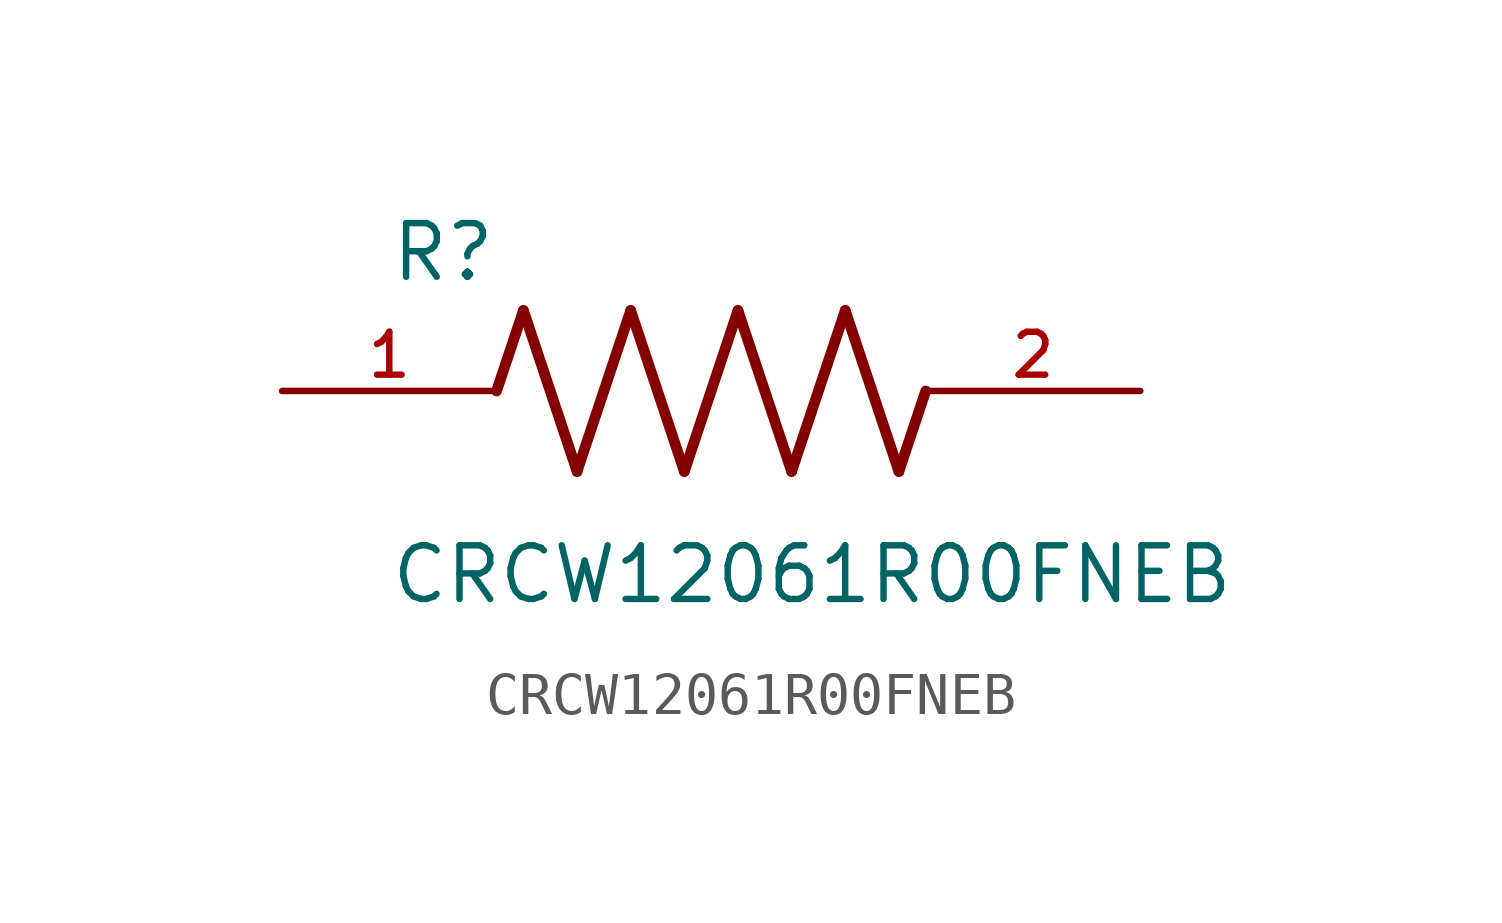
<source format=kicad_sym>
(kicad_symbol_lib
  (version 20211014)
  (generator kicad_symbol_editor)
  (symbol "CRCW12061R00FNEB"
    (pin_names
      (offset 1.016))
    (property "Reference" "R"
      (at -7.624 2.541 0)
      (effects (font (size 1.27 1.27)) (justify bottom left)))
    (property "Value" "CRCW12061R00FNEB"
      (at -7.63 -5.087 0)
      (effects (font (size 1.27 1.27)) (justify bottom left)))
    (symbol "CRCW12061R00FNEB_0_0"
      (polyline (pts (xy -5.08 0.0) (xy -4.445 1.905)) (stroke (width 0.254)))
      (polyline (pts (xy -4.445 1.905) (xy -3.175 -1.905)) (stroke (width 0.254)))
      (polyline (pts (xy -3.175 -1.905) (xy -1.905 1.905)) (stroke (width 0.254)))
      (polyline (pts (xy -1.905 1.905) (xy -0.635 -1.905)) (stroke (width 0.254)))
      (polyline (pts (xy -0.635 -1.905) (xy 0.635 1.905)) (stroke (width 0.254)))
      (polyline (pts (xy 0.635 1.905) (xy 1.905 -1.905)) (stroke (width 0.254)))
      (polyline (pts (xy 1.905 -1.905) (xy 3.175 1.905)) (stroke (width 0.254)))
      (polyline (pts (xy 3.175 1.905) (xy 4.445 -1.905)) (stroke (width 0.254)))
      (polyline (pts (xy 4.445 -1.905) (xy 5.08 0.0)) (stroke (width 0.254)))
      (pin passive line (at -10.16 0.0 0) (length 5.08) (name "~" (effects (font (size 1.016 1.016)))) (number "1" (effects (font (size 1.016 1.016)))))
      (pin passive line (at 10.16 0.0 180.0) (length 5.08) (name "~" (effects (font (size 1.016 1.016)))) (number "2" (effects (font (size 1.016 1.016))))))))
</source>
